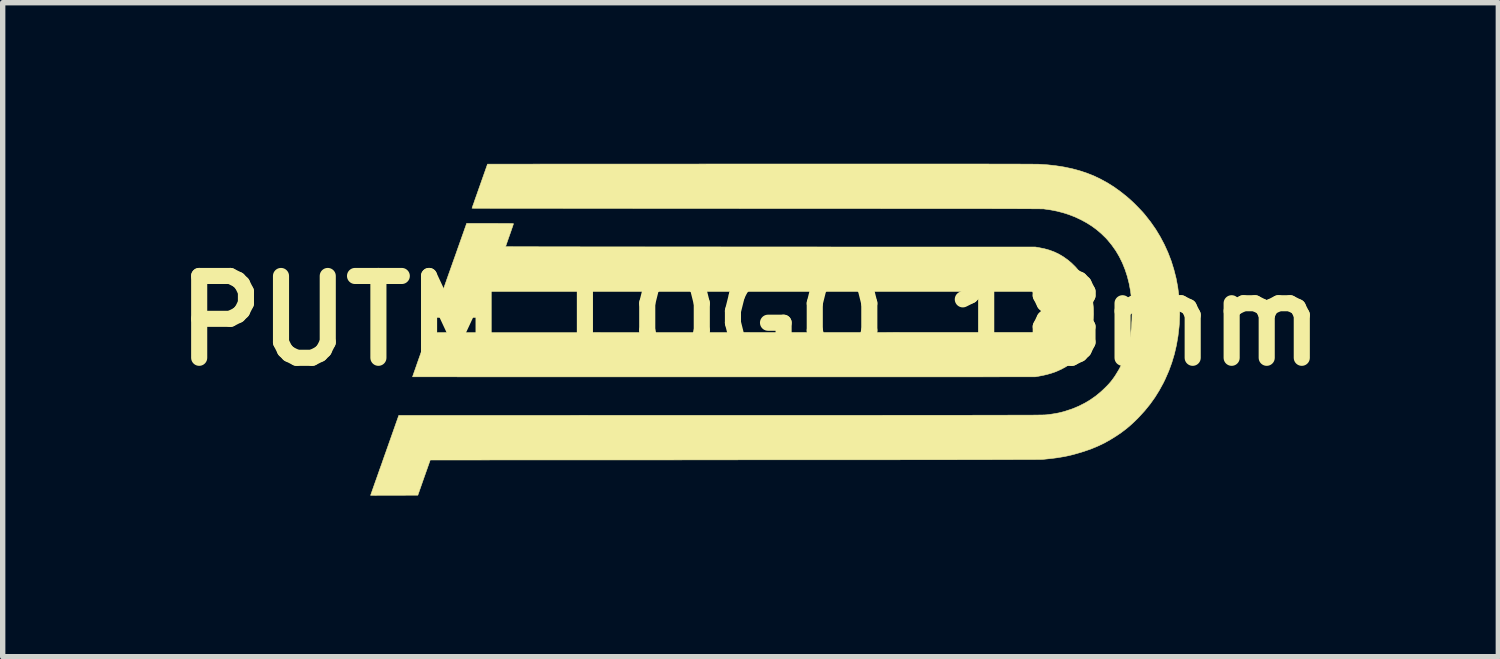
<source format=kicad_pcb>
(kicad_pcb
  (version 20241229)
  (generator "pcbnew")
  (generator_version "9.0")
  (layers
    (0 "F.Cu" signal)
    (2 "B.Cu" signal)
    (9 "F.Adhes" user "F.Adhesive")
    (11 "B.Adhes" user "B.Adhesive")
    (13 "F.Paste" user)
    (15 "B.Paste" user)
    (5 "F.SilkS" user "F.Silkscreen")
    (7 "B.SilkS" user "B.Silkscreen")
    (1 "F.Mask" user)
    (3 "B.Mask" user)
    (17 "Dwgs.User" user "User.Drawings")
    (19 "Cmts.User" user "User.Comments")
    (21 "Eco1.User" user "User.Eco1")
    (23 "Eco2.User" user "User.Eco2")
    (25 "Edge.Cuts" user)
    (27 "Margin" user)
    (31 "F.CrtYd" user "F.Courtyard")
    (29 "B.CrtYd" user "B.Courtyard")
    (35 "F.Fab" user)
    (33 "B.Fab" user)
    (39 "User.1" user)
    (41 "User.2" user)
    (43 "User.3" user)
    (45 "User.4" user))
  (footprint "PUTM_LOGO_18mm"
    (layer "F.Cu")
    (at 10.929 2.925)
    (property "Reference" "PUTM_LOGO_18mm" (at 0 0 0) (layer "F.SilkS") (effects (font (size 1.524 1.524) (thickness 0.3))))
    (attr through_hole)
    (fp_poly (pts (xy -4.768 -1.814) (xy -4.696 -1.813) (xy -4.632 -1.813) (xy -4.578 -1.813) (xy -4.532 -1.813) (xy -4.494 -1.812) (xy -4.464 -1.811) (xy -4.442 -1.811) (xy -4.426 -1.81) (xy -4.417 -1.809) (xy -4.415 -1.808) (xy -4.416 -1.802) (xy -4.421 -1.788) (xy -4.428 -1.766) (xy -4.438 -1.737) (xy -4.45 -1.703) (xy -4.463 -1.664) (xy -4.478 -1.622) (xy -4.488 -1.593) (xy -4.504 -1.549) (xy -4.518 -1.508) (xy -4.531 -1.471) (xy -4.542 -1.439) (xy -4.551 -1.413) (xy -4.557 -1.394) (xy -4.561 -1.383) (xy -4.562 -1.38) (xy -4.557 -1.38) (xy -4.542 -1.38) (xy -4.517 -1.38) (xy -4.483 -1.38) (xy -4.439 -1.38) (xy -4.387 -1.379) (xy -4.325 -1.379) (xy -4.255 -1.379) (xy -4.177 -1.379) (xy -4.09 -1.379) (xy -3.996 -1.379) (xy -3.893 -1.378) (xy -3.783 -1.378) (xy -3.666 -1.378) (xy -3.542 -1.378) (xy -3.41 -1.378) (xy -3.272 -1.378) (xy -3.128 -1.377) (xy -2.977 -1.377) (xy -2.821 -1.377) (xy -2.658 -1.377) (xy -2.49 -1.377) (xy -2.317 -1.377) (xy -2.139 -1.377) (xy -1.955 -1.376) (xy -1.767 -1.376) (xy -1.574 -1.376) (xy -1.378 -1.376) (xy -1.177 -1.376) (xy -0.972 -1.376) (xy -0.764 -1.376) (xy -0.552 -1.376) (xy -0.337 -1.375) (xy -0.119 -1.375) (xy 0.102 -1.375) (xy 0.325 -1.375) (xy 0.372 -1.375) (xy 5.306 -1.374) (xy 5.37 -1.363) (xy 5.474 -1.342) (xy 5.571 -1.315) (xy 5.661 -1.281) (xy 5.747 -1.24) (xy 5.829 -1.191) (xy 5.909 -1.134) (xy 5.974 -1.08) (xy 6.051 -1.005) (xy 6.122 -0.923) (xy 6.185 -0.835) (xy 6.241 -0.743) (xy 6.289 -0.646) (xy 6.328 -0.546) (xy 6.357 -0.445) (xy 6.377 -0.34) (xy 6.388 -0.231) (xy 6.39 -0.12) (xy 6.386 -0.042) (xy 6.375 0.062) (xy 6.359 0.158) (xy 6.337 0.247) (xy 6.309 0.332) (xy 6.275 0.412) (xy 6.273 0.416) (xy 6.242 0.479) (xy 6.21 0.534) (xy 6.175 0.584) (xy 6.138 0.632) (xy 6.094 0.679) (xy 6.089 0.685) (xy 6.021 0.749) (xy 5.95 0.806) (xy 5.874 0.856) (xy 5.79 0.902) (xy 5.789 0.902) (xy 5.724 0.932) (xy 5.66 0.958) (xy 5.593 0.98) (xy 5.522 1) (xy 5.444 1.018) (xy 5.364 1.033) (xy 5.301 1.044) (xy -0.497 1.045) (xy -0.739 1.045) (xy -0.979 1.045) (xy -1.217 1.045) (xy -1.451 1.045) (xy -1.683 1.045) (xy -1.911 1.045) (xy -2.136 1.045) (xy -2.357 1.045) (xy -2.574 1.045) (xy -2.787 1.045) (xy -2.996 1.045) (xy -3.201 1.045) (xy -3.4 1.045) (xy -3.595 1.045) (xy -3.785 1.045) (xy -3.969 1.045) (xy -4.149 1.045) (xy -4.322 1.045) (xy -4.489 1.045) (xy -4.651 1.045) (xy -4.806 1.045) (xy -4.955 1.045) (xy -5.096 1.045) (xy -5.231 1.045) (xy -5.359 1.045) (xy -5.48 1.044) (xy -5.593 1.044) (xy -5.699 1.044) (xy -5.796 1.044) (xy -5.886 1.044) (xy -5.967 1.044) (xy -6.04 1.044) (xy -6.104 1.044) (xy -6.159 1.043) (xy -6.205 1.043) (xy -6.242 1.043) (xy -6.269 1.043) (xy -6.286 1.043) (xy -6.294 1.043) (xy -6.294 1.043) (xy -6.292 1.037) (xy -6.288 1.023) (xy -6.28 1.001) (xy -6.27 0.971) (xy -6.257 0.935) (xy -6.242 0.892) (xy -6.225 0.844) (xy -6.207 0.791) (xy -6.187 0.735) (xy -6.166 0.675) (xy -6.15 0.63) (xy -6.005 0.221) (xy 5.255 0.216) (xy 5.293 0.205) (xy 5.349 0.185) (xy 5.397 0.16) (xy 5.438 0.129) (xy 5.47 0.092) (xy 5.496 0.049) (xy 5.514 -0.001) (xy 5.526 -0.058) (xy 5.531 -0.123) (xy 5.531 -0.178) (xy 5.524 -0.247) (xy 5.51 -0.31) (xy 5.489 -0.365) (xy 5.461 -0.414) (xy 5.425 -0.455) (xy 5.382 -0.489) (xy 5.332 -0.515) (xy 5.278 -0.534) (xy 5.235 -0.546) (xy -4.858 -0.546) (xy -5.028 -0.064) (xy -5.466 -0.062) (xy -5.545 -0.062) (xy -5.618 -0.062) (xy -5.683 -0.062) (xy -5.74 -0.062) (xy -5.79 -0.063) (xy -5.83 -0.063) (xy -5.863 -0.064) (xy -5.886 -0.064) (xy -5.899 -0.065) (xy -5.903 -0.066) (xy -5.901 -0.071) (xy -5.896 -0.085) (xy -5.888 -0.108) (xy -5.878 -0.139) (xy -5.864 -0.178) (xy -5.848 -0.224) (xy -5.83 -0.276) (xy -5.809 -0.335) (xy -5.786 -0.399) (xy -5.762 -0.469) (xy -5.736 -0.543) (xy -5.708 -0.622) (xy -5.679 -0.704) (xy -5.649 -0.79) (xy -5.618 -0.878) (xy -5.603 -0.92) (xy -5.571 -1.01) (xy -5.54 -1.098) (xy -5.51 -1.182) (xy -5.481 -1.263) (xy -5.454 -1.341) (xy -5.428 -1.414) (xy -5.404 -1.482) (xy -5.382 -1.544) (xy -5.362 -1.601) (xy -5.344 -1.651) (xy -5.329 -1.695) (xy -5.316 -1.731) (xy -5.306 -1.759) (xy -5.299 -1.779) (xy -5.295 -1.79) (xy -5.295 -1.792) (xy -5.287 -1.814) (xy -4.851 -1.814) (xy -4.768 -1.814)) (stroke (width 0.01) (type solid)) (fill yes) (layer "F.SilkS"))
    (fp_poly (pts (xy 2.528 -2.92) (xy 2.742 -2.92) (xy 2.947 -2.92) (xy 3.142 -2.92) (xy 3.329 -2.92) (xy 3.506 -2.92) (xy 3.675 -2.92) (xy 3.835 -2.92) (xy 3.987 -2.92) (xy 4.13 -2.92) (xy 4.265 -2.92) (xy 4.391 -2.92) (xy 4.51 -2.919) (xy 4.62 -2.919) (xy 4.722 -2.919) (xy 4.816 -2.919) (xy 4.903 -2.919) (xy 4.982 -2.919) (xy 5.053 -2.918) (xy 5.117 -2.918) (xy 5.173 -2.918) (xy 5.222 -2.918) (xy 5.264 -2.917) (xy 5.299 -2.917) (xy 5.327 -2.917) (xy 5.348 -2.916) (xy 5.362 -2.916) (xy 5.367 -2.916) (xy 5.534 -2.905) (xy 5.694 -2.887) (xy 5.846 -2.863) (xy 5.993 -2.832) (xy 6.133 -2.794) (xy 6.269 -2.749) (xy 6.399 -2.697) (xy 6.526 -2.636) (xy 6.65 -2.568) (xy 6.771 -2.492) (xy 6.889 -2.407) (xy 7.007 -2.314) (xy 7.074 -2.255) (xy 7.107 -2.225) (xy 7.145 -2.189) (xy 7.185 -2.149) (xy 7.226 -2.107) (xy 7.266 -2.065) (xy 7.304 -2.025) (xy 7.336 -1.988) (xy 7.35 -1.971) (xy 7.453 -1.84) (xy 7.548 -1.704) (xy 7.633 -1.563) (xy 7.71 -1.417) (xy 7.778 -1.267) (xy 7.837 -1.113) (xy 7.886 -0.955) (xy 7.927 -0.794) (xy 7.958 -0.63) (xy 7.98 -0.463) (xy 7.992 -0.293) (xy 7.995 -0.121) (xy 7.988 0.054) (xy 7.983 0.115) (xy 7.963 0.287) (xy 7.934 0.455) (xy 7.896 0.619) (xy 7.848 0.779) (xy 7.791 0.935) (xy 7.724 1.088) (xy 7.691 1.156) (xy 7.615 1.295) (xy 7.533 1.427) (xy 7.443 1.553) (xy 7.345 1.674) (xy 7.238 1.791) (xy 7.195 1.835) (xy 7.134 1.894) (xy 7.077 1.946) (xy 7.021 1.994) (xy 6.964 2.039) (xy 6.904 2.084) (xy 6.838 2.129) (xy 6.82 2.141) (xy 6.703 2.214) (xy 6.587 2.279) (xy 6.469 2.335) (xy 6.347 2.386) (xy 6.243 2.422) (xy 6.16 2.449) (xy 6.081 2.472) (xy 6.006 2.493) (xy 5.931 2.511) (xy 5.857 2.527) (xy 5.78 2.54) (xy 5.699 2.553) (xy 5.613 2.564) (xy 5.52 2.574) (xy 5.443 2.582) (xy 5.437 2.582) (xy 5.427 2.582) (xy 5.412 2.583) (xy 5.393 2.583) (xy 5.368 2.583) (xy 5.339 2.583) (xy 5.304 2.584) (xy 5.265 2.584) (xy 5.219 2.584) (xy 5.168 2.585) (xy 5.112 2.585) (xy 5.049 2.585) (xy 4.981 2.585) (xy 4.907 2.585) (xy 4.826 2.586) (xy 4.739 2.586) (xy 4.645 2.586) (xy 4.545 2.586) (xy 4.438 2.587) (xy 4.324 2.587) (xy 4.203 2.587) (xy 4.074 2.587) (xy 3.938 2.587) (xy 3.795 2.588) (xy 3.644 2.588) (xy 3.486 2.588) (xy 3.319 2.588) (xy 3.145 2.588) (xy 2.962 2.588) (xy 2.771 2.589) (xy 2.571 2.589) (xy 2.363 2.589) (xy 2.146 2.589) (xy 1.92 2.589) (xy 1.685 2.589) (xy 1.441 2.59) (xy 1.188 2.59) (xy 0.925 2.59) (xy 0.653 2.59) (xy 0.371 2.59) (xy 0.079 2.59) (xy -0.223 2.59) (xy -0.294 2.591) (xy -5.965 2.593) (xy -6.081 2.921) (xy -6.196 3.249) (xy -7.076 3.251) (xy -7.057 3.197) (xy -7.053 3.185) (xy -7.046 3.165) (xy -7.036 3.137) (xy -7.023 3.1) (xy -7.008 3.057) (xy -6.99 3.006) (xy -6.97 2.95) (xy -6.948 2.888) (xy -6.925 2.822) (xy -6.9 2.751) (xy -6.873 2.677) (xy -6.846 2.599) (xy -6.818 2.519) (xy -6.794 2.452) (xy -6.551 1.763) (xy -0.556 1.761) (xy -0.258 1.761) (xy 0.029 1.761) (xy 0.307 1.761) (xy 0.576 1.761) (xy 0.835 1.761) (xy 1.084 1.761) (xy 1.325 1.761) (xy 1.556 1.761) (xy 1.779 1.761) (xy 1.993 1.761) (xy 2.199 1.761) (xy 2.397 1.761) (xy 2.586 1.76) (xy 2.767 1.76) (xy 2.941 1.76) (xy 3.107 1.76) (xy 3.266 1.76) (xy 3.417 1.76) (xy 3.562 1.76) (xy 3.699 1.76) (xy 3.83 1.76) (xy 3.955 1.76) (xy 4.072 1.76) (xy 4.184 1.759) (xy 4.29 1.759) (xy 4.39 1.759) (xy 4.484 1.759) (xy 4.573 1.759) (xy 4.656 1.759) (xy 4.734 1.759) (xy 4.807 1.758) (xy 4.875 1.758) (xy 4.939 1.758) (xy 4.998 1.758) (xy 5.053 1.758) (xy 5.104 1.757) (xy 5.151 1.757) (xy 5.194 1.757) (xy 5.233 1.757) (xy 5.269 1.757) (xy 5.302 1.756) (xy 5.331 1.756) (xy 5.358 1.756) (xy 5.382 1.755) (xy 5.403 1.755) (xy 5.422 1.755) (xy 5.439 1.755) (xy 5.453 1.754) (xy 5.466 1.754) (xy 5.477 1.754) (xy 5.487 1.753) (xy 5.495 1.753) (xy 5.502 1.752) (xy 5.507 1.752) (xy 5.512 1.752) (xy 5.517 1.751) (xy 5.517 1.751) (xy 5.596 1.741) (xy 5.667 1.73) (xy 5.733 1.718) (xy 5.796 1.703) (xy 5.859 1.686) (xy 5.867 1.683) (xy 5.994 1.641) (xy 6.114 1.591) (xy 6.227 1.534) (xy 6.334 1.47) (xy 6.436 1.398) (xy 6.532 1.318) (xy 6.602 1.252) (xy 6.641 1.213) (xy 6.674 1.178) (xy 6.702 1.146) (xy 6.729 1.113) (xy 6.755 1.078) (xy 6.783 1.039) (xy 6.801 1.011) (xy 6.866 0.904) (xy 6.924 0.791) (xy 6.973 0.672) (xy 7.015 0.546) (xy 7.05 0.414) (xy 7.076 0.277) (xy 7.095 0.133) (xy 7.105 -0.016) (xy 7.108 -0.17) (xy 7.106 -0.262) (xy 7.097 -0.411) (xy 7.079 -0.555) (xy 7.053 -0.694) (xy 7.019 -0.828) (xy 6.977 -0.956) (xy 6.928 -1.078) (xy 6.87 -1.195) (xy 6.805 -1.305) (xy 6.732 -1.408) (xy 6.652 -1.506) (xy 6.612 -1.549) (xy 6.53 -1.628) (xy 6.445 -1.7) (xy 6.356 -1.765) (xy 6.261 -1.825) (xy 6.158 -1.881) (xy 6.139 -1.89) (xy 6.035 -1.938) (xy 5.929 -1.979) (xy 5.822 -2.013) (xy 5.71 -2.042) (xy 5.593 -2.065) (xy 5.468 -2.083) (xy 5.464 -2.084) (xy 5.459 -2.084) (xy 5.449 -2.084) (xy 5.436 -2.085) (xy 5.417 -2.085) (xy 5.394 -2.085) (xy 5.366 -2.086) (xy 5.333 -2.086) (xy 5.295 -2.086) (xy 5.252 -2.086) (xy 5.203 -2.087) (xy 5.148 -2.087) (xy 5.088 -2.087) (xy 5.022 -2.087) (xy 4.95 -2.088) (xy 4.871 -2.088) (xy 4.786 -2.088) (xy 4.695 -2.088) (xy 4.597 -2.088) (xy 4.493 -2.089) (xy 4.381 -2.089) (xy 4.262 -2.089) (xy 4.136 -2.089) (xy 4.003 -2.089) (xy 3.862 -2.089) (xy 3.714 -2.09) (xy 3.558 -2.09) (xy 3.394 -2.09) (xy 3.221 -2.09) (xy 3.041 -2.09) (xy 2.852 -2.09) (xy 2.655 -2.09) (xy 2.449 -2.09) (xy 2.234 -2.091) (xy 2.01 -2.091) (xy 1.777 -2.091) (xy 1.535 -2.091) (xy 1.283 -2.091) (xy 1.022 -2.091) (xy 0.751 -2.091) (xy 0.471 -2.091) (xy 0.18 -2.091) (xy 0.113 -2.091) (xy -0.119 -2.091) (xy -0.348 -2.092) (xy -0.575 -2.092) (xy -0.799 -2.092) (xy -1.019 -2.092) (xy -1.237 -2.092) (xy -1.451 -2.092) (xy -1.661 -2.092) (xy -1.867 -2.092) (xy -2.069 -2.092) (xy -2.267 -2.093) (xy -2.46 -2.093) (xy -2.648 -2.093) (xy -2.832 -2.093) (xy -3.01 -2.093) (xy -3.182 -2.093) (xy -3.349 -2.093) (xy -3.511 -2.094) (xy -3.666 -2.094) (xy -3.815 -2.094) (xy -3.957 -2.094) (xy -4.093 -2.094) (xy -4.222 -2.094) (xy -4.344 -2.095) (xy -4.458 -2.095) (xy -4.565 -2.095) (xy -4.665 -2.095) (xy -4.756 -2.095) (xy -4.839 -2.095) (xy -4.914 -2.096) (xy -4.98 -2.096) (xy -5.037 -2.096) (xy -5.086 -2.096) (xy -5.125 -2.096) (xy -5.155 -2.096) (xy -5.175 -2.097) (xy -5.185 -2.097) (xy -5.187 -2.097) (xy -5.185 -2.102) (xy -5.18 -2.116) (xy -5.173 -2.139) (xy -5.162 -2.168) (xy -5.149 -2.205) (xy -5.135 -2.247) (xy -5.118 -2.295) (xy -5.099 -2.348) (xy -5.079 -2.405) (xy -5.058 -2.465) (xy -5.042 -2.51) (xy -4.898 -2.918) (xy 0.176 -2.92) (xy 0.477 -2.92) (xy 0.767 -2.92) (xy 1.048 -2.92) (xy 1.319 -2.92) (xy 1.58 -2.92) (xy 1.831 -2.92) (xy 2.073 -2.92) (xy 2.306 -2.92) (xy 2.528 -2.92)) (stroke (width 0.01) (type solid)) (fill yes) (layer "F.SilkS")))
  (gr_rect
    (start -3 -3)
    (end 24.859 9.182)
    (stroke (width 0.1) (type default))
    (fill no)
    (layer "Edge.Cuts")))
</source>
